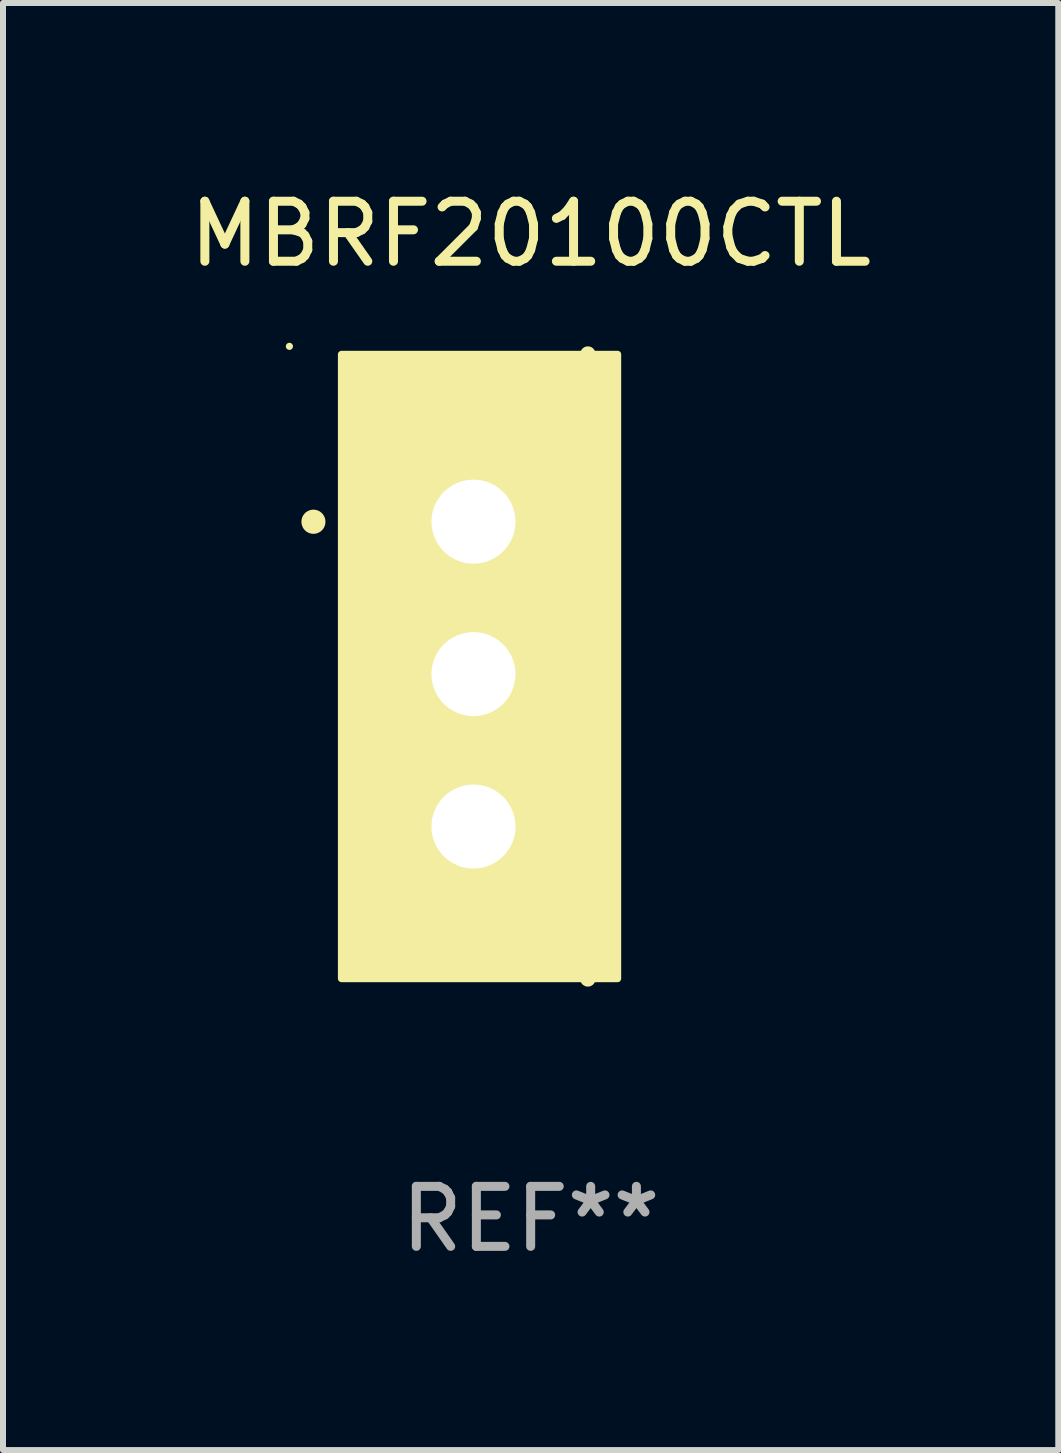
<source format=kicad_pcb>
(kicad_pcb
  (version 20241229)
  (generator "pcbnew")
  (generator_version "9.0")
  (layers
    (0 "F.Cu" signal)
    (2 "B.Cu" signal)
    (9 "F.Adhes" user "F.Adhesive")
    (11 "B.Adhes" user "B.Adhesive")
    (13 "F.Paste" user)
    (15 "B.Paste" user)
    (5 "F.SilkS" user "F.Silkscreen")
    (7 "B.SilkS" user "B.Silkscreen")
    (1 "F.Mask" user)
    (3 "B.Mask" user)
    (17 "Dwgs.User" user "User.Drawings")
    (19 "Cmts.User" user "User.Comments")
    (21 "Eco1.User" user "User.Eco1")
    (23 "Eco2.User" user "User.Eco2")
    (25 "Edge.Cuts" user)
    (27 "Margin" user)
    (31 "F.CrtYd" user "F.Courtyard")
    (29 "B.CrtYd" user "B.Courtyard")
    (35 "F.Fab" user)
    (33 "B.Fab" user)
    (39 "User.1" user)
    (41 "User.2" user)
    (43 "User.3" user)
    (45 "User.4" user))
  (footprint "MBRF20100CTL"
    (layer "F.Cu")
    (at 5.792 8.055)
    (property "Reference" "MBRF20100CTL" (at 0 -7.207 0) (layer "F.SilkS") (effects (font (size 1 1) (thickness 0.15))))
    (attr through_hole)
    (fp_line (start 0.953 5.207) (end 0.953 -5.207) (stroke (width 0.254) (type solid)) (layer "F.SilkS"))
    (fp_arc (start -3.619507 -2.410465) (mid -3.619511 -2.411735) (end -3.619507 -2.413005) (stroke (width 0.4) (type solid)) (layer "F.SilkS"))
    (fp_circle (center -4.02 -5.334) (end -3.99 -5.334) (stroke (width 0.06) (type solid)) (fill no) (layer "F.SilkS"))
    (fp_poly (pts (xy -3.152 -5.2) (xy 1.448 -5.2) (xy 1.448 5.2) (xy -3.152 5.2)) (stroke (width 0.12) (type solid)) (fill yes) (layer "F.SilkS"))
    (fp_text user "REF**" (at 0 9.207 0) (layer "F.Fab") (effects (font (size 1 1) (thickness 0.15))))
    (pad "1" thru_hole rect (at -0.953 -2.413 270) (size 2 2.5) (drill 1.4) (layers "*.Cu" "*.Mask"))
    (pad "2" thru_hole oval (at -0.953 0.127 270) (size 2 2.5) (drill 1.4) (layers "*.Cu" "*.Mask"))
    (pad "3" thru_hole oval (at -0.953 2.667 270) (size 2 2.5) (drill 1.4) (layers "*.Cu" "*.Mask")))
  (gr_rect
    (start -3 -3)
    (end 14.583 21.111)
    (stroke (width 0.1) (type default))
    (fill no)
    (layer "Edge.Cuts")))
</source>
